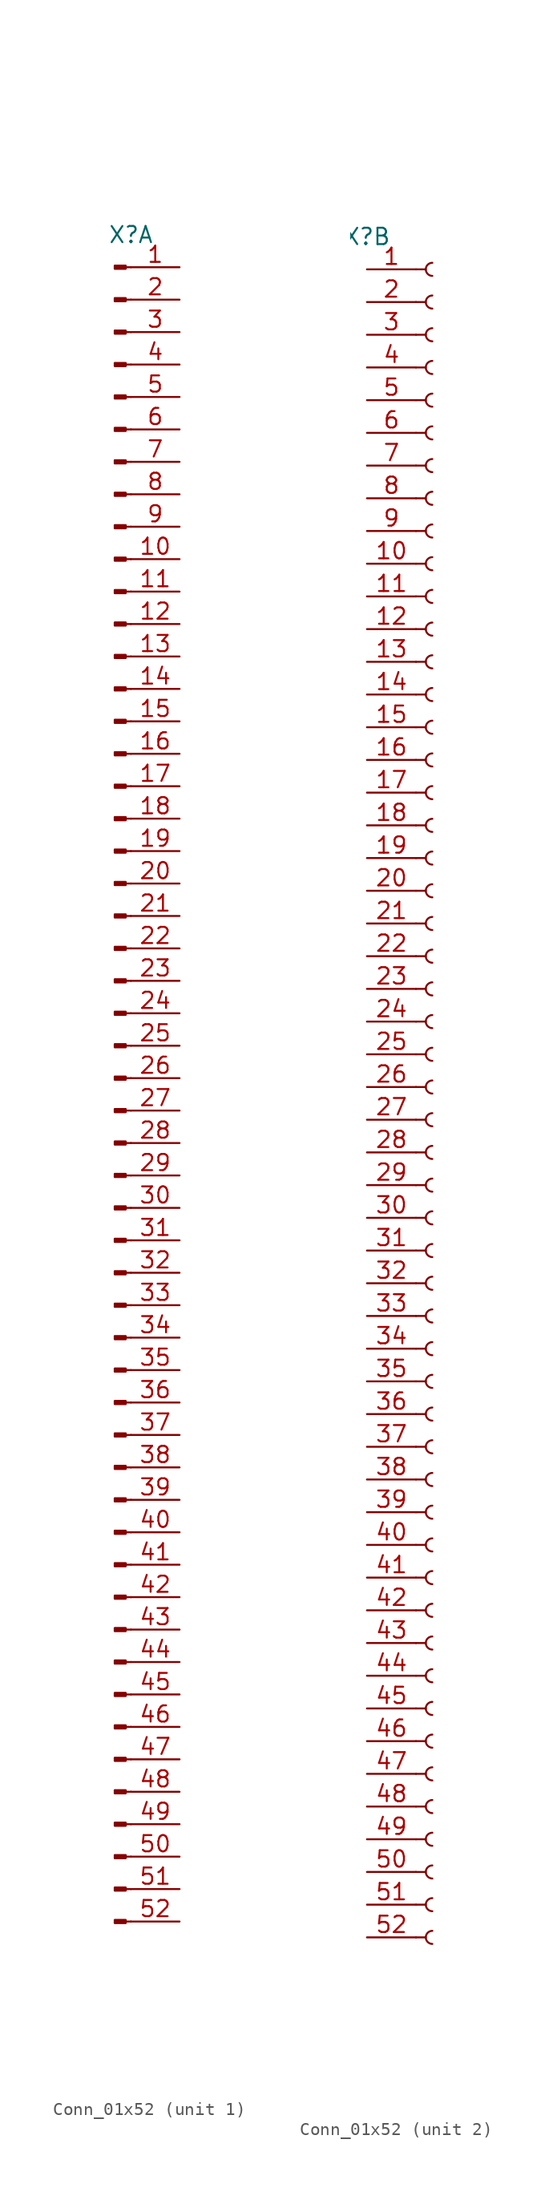
<source format=kicad_sym>
(kicad_symbol_lib
  (version 20241209)
  (generator "kicad_symbol_editor")
  (generator_version "9.0")
  (symbol "Conn_01x52"
    (pin_names
      (offset 1.016)
      (hide yes))
    (property "Reference" "X"
      (at 0 66.04 0)
      (effects (font (size 1.27 1.27))))
    (property "ki_locked" ""
      (at 0 0 0)
      (effects (font (size 1.27 1.27))))
    (symbol "Conn_01x52_1_1"
      (rectangle (start -0.406 63.627) (end -1.27 63.373) (stroke (width 0.152) (type default)) (fill (type outline)))
      (rectangle (start -0.406 61.087) (end -1.27 60.833) (stroke (width 0.152) (type default)) (fill (type outline)))
      (rectangle (start -0.406 58.547) (end -1.27 58.293) (stroke (width 0.152) (type default)) (fill (type outline)))
      (rectangle (start -0.406 56.007) (end -1.27 55.753) (stroke (width 0.152) (type default)) (fill (type outline)))
      (rectangle (start -0.406 53.467) (end -1.27 53.213) (stroke (width 0.152) (type default)) (fill (type outline)))
      (rectangle (start -0.406 50.927) (end -1.27 50.673) (stroke (width 0.152) (type default)) (fill (type outline)))
      (rectangle (start -0.406 48.387) (end -1.27 48.133) (stroke (width 0.152) (type default)) (fill (type outline)))
      (rectangle (start -0.406 45.847) (end -1.27 45.593) (stroke (width 0.152) (type default)) (fill (type outline)))
      (rectangle (start -0.406 43.307) (end -1.27 43.053) (stroke (width 0.152) (type default)) (fill (type outline)))
      (rectangle (start -0.406 40.767) (end -1.27 40.513) (stroke (width 0.152) (type default)) (fill (type outline)))
      (rectangle (start -0.406 38.227) (end -1.27 37.973) (stroke (width 0.152) (type default)) (fill (type outline)))
      (rectangle (start -0.406 35.687) (end -1.27 35.433) (stroke (width 0.152) (type default)) (fill (type outline)))
      (rectangle (start -0.406 33.147) (end -1.27 32.893) (stroke (width 0.152) (type default)) (fill (type outline)))
      (rectangle (start -0.406 30.607) (end -1.27 30.353) (stroke (width 0.152) (type default)) (fill (type outline)))
      (rectangle (start -0.406 28.067) (end -1.27 27.813) (stroke (width 0.152) (type default)) (fill (type outline)))
      (rectangle (start -0.406 25.527) (end -1.27 25.273) (stroke (width 0.152) (type default)) (fill (type outline)))
      (rectangle (start -0.406 22.987) (end -1.27 22.733) (stroke (width 0.152) (type default)) (fill (type outline)))
      (rectangle (start -0.406 20.447) (end -1.27 20.193) (stroke (width 0.152) (type default)) (fill (type outline)))
      (rectangle (start -0.406 17.907) (end -1.27 17.653) (stroke (width 0.152) (type default)) (fill (type outline)))
      (rectangle (start -0.406 15.367) (end -1.27 15.113) (stroke (width 0.152) (type default)) (fill (type outline)))
      (rectangle (start -0.406 12.827) (end -1.27 12.573) (stroke (width 0.152) (type default)) (fill (type outline)))
      (rectangle (start -0.406 10.287) (end -1.27 10.033) (stroke (width 0.152) (type default)) (fill (type outline)))
      (rectangle (start -0.406 7.747) (end -1.27 7.493) (stroke (width 0.152) (type default)) (fill (type outline)))
      (rectangle (start -0.406 5.207) (end -1.27 4.953) (stroke (width 0.152) (type default)) (fill (type outline)))
      (rectangle (start -0.406 2.667) (end -1.27 2.413) (stroke (width 0.152) (type default)) (fill (type outline)))
      (rectangle (start -0.406 0.127) (end -1.27 -0.127) (stroke (width 0.152) (type default)) (fill (type outline)))
      (rectangle (start -0.406 -2.413) (end -1.27 -2.667) (stroke (width 0.152) (type default)) (fill (type outline)))
      (rectangle (start -0.406 -4.953) (end -1.27 -5.207) (stroke (width 0.152) (type default)) (fill (type outline)))
      (rectangle (start -0.406 -7.493) (end -1.27 -7.747) (stroke (width 0.152) (type default)) (fill (type outline)))
      (rectangle (start -0.406 -10.033) (end -1.27 -10.287) (stroke (width 0.152) (type default)) (fill (type outline)))
      (rectangle (start -0.406 -12.573) (end -1.27 -12.827) (stroke (width 0.152) (type default)) (fill (type outline)))
      (rectangle (start -0.406 -15.113) (end -1.27 -15.367) (stroke (width 0.152) (type default)) (fill (type outline)))
      (rectangle (start -0.406 -17.653) (end -1.27 -17.907) (stroke (width 0.152) (type default)) (fill (type outline)))
      (rectangle (start -0.406 -20.193) (end -1.27 -20.447) (stroke (width 0.152) (type default)) (fill (type outline)))
      (rectangle (start -0.406 -22.733) (end -1.27 -22.987) (stroke (width 0.152) (type default)) (fill (type outline)))
      (rectangle (start -0.406 -25.273) (end -1.27 -25.527) (stroke (width 0.152) (type default)) (fill (type outline)))
      (rectangle (start -0.406 -27.813) (end -1.27 -28.067) (stroke (width 0.152) (type default)) (fill (type outline)))
      (rectangle (start -0.406 -30.353) (end -1.27 -30.607) (stroke (width 0.152) (type default)) (fill (type outline)))
      (rectangle (start -0.406 -32.893) (end -1.27 -33.147) (stroke (width 0.152) (type default)) (fill (type outline)))
      (rectangle (start -0.406 -35.433) (end -1.27 -35.687) (stroke (width 0.152) (type default)) (fill (type outline)))
      (rectangle (start -0.406 -37.973) (end -1.27 -38.227) (stroke (width 0.152) (type default)) (fill (type outline)))
      (rectangle (start -0.406 -40.513) (end -1.27 -40.767) (stroke (width 0.152) (type default)) (fill (type outline)))
      (rectangle (start -0.406 -43.053) (end -1.27 -43.307) (stroke (width 0.152) (type default)) (fill (type outline)))
      (rectangle (start -0.406 -45.593) (end -1.27 -45.847) (stroke (width 0.152) (type default)) (fill (type outline)))
      (rectangle (start -0.406 -48.133) (end -1.27 -48.387) (stroke (width 0.152) (type default)) (fill (type outline)))
      (rectangle (start -0.406 -50.673) (end -1.27 -50.927) (stroke (width 0.152) (type default)) (fill (type outline)))
      (rectangle (start -0.406 -53.213) (end -1.27 -53.467) (stroke (width 0.152) (type default)) (fill (type outline)))
      (rectangle (start -0.406 -55.753) (end -1.27 -56.007) (stroke (width 0.152) (type default)) (fill (type outline)))
      (rectangle (start -0.406 -58.293) (end -1.27 -58.547) (stroke (width 0.152) (type default)) (fill (type outline)))
      (rectangle (start -0.406 -60.833) (end -1.27 -61.087) (stroke (width 0.152) (type default)) (fill (type outline)))
      (rectangle (start -0.406 -63.373) (end -1.27 -63.627) (stroke (width 0.152) (type default)) (fill (type outline)))
      (rectangle (start -0.406 -65.913) (end -1.27 -66.167) (stroke (width 0.152) (type default)) (fill (type outline)))
      (polyline (pts (xy 0 63.5) (xy -0.406 63.5)) (stroke (width 0.152) (type default)) (fill (type none)))
      (polyline (pts (xy 0 60.96) (xy -0.406 60.96)) (stroke (width 0.152) (type default)) (fill (type none)))
      (polyline (pts (xy 0 58.42) (xy -0.406 58.42)) (stroke (width 0.152) (type default)) (fill (type none)))
      (polyline (pts (xy 0 55.88) (xy -0.406 55.88)) (stroke (width 0.152) (type default)) (fill (type none)))
      (polyline (pts (xy 0 53.34) (xy -0.406 53.34)) (stroke (width 0.152) (type default)) (fill (type none)))
      (polyline (pts (xy 0 50.8) (xy -0.406 50.8)) (stroke (width 0.152) (type default)) (fill (type none)))
      (polyline (pts (xy 0 48.26) (xy -0.406 48.26)) (stroke (width 0.152) (type default)) (fill (type none)))
      (polyline (pts (xy 0 45.72) (xy -0.406 45.72)) (stroke (width 0.152) (type default)) (fill (type none)))
      (polyline (pts (xy 0 43.18) (xy -0.406 43.18)) (stroke (width 0.152) (type default)) (fill (type none)))
      (polyline (pts (xy 0 40.64) (xy -0.406 40.64)) (stroke (width 0.152) (type default)) (fill (type none)))
      (polyline (pts (xy 0 38.1) (xy -0.406 38.1)) (stroke (width 0.152) (type default)) (fill (type none)))
      (polyline (pts (xy 0 35.56) (xy -0.406 35.56)) (stroke (width 0.152) (type default)) (fill (type none)))
      (polyline (pts (xy 0 33.02) (xy -0.406 33.02)) (stroke (width 0.152) (type default)) (fill (type none)))
      (polyline (pts (xy 0 30.48) (xy -0.406 30.48)) (stroke (width 0.152) (type default)) (fill (type none)))
      (polyline (pts (xy 0 27.94) (xy -0.406 27.94)) (stroke (width 0.152) (type default)) (fill (type none)))
      (polyline (pts (xy 0 25.4) (xy -0.406 25.4)) (stroke (width 0.152) (type default)) (fill (type none)))
      (polyline (pts (xy 0 22.86) (xy -0.406 22.86)) (stroke (width 0.152) (type default)) (fill (type none)))
      (polyline (pts (xy 0 20.32) (xy -0.406 20.32)) (stroke (width 0.152) (type default)) (fill (type none)))
      (polyline (pts (xy 0 17.78) (xy -0.406 17.78)) (stroke (width 0.152) (type default)) (fill (type none)))
      (polyline (pts (xy 0 15.24) (xy -0.406 15.24)) (stroke (width 0.152) (type default)) (fill (type none)))
      (polyline (pts (xy 0 12.7) (xy -0.406 12.7)) (stroke (width 0.152) (type default)) (fill (type none)))
      (polyline (pts (xy 0 10.16) (xy -0.406 10.16)) (stroke (width 0.152) (type default)) (fill (type none)))
      (polyline (pts (xy 0 7.62) (xy -0.406 7.62)) (stroke (width 0.152) (type default)) (fill (type none)))
      (polyline (pts (xy 0 5.08) (xy -0.406 5.08)) (stroke (width 0.152) (type default)) (fill (type none)))
      (polyline (pts (xy 0 2.54) (xy -0.406 2.54)) (stroke (width 0.152) (type default)) (fill (type none)))
      (polyline (pts (xy 0 0) (xy -0.406 0)) (stroke (width 0.152) (type default)) (fill (type none)))
      (polyline (pts (xy 0 -2.54) (xy -0.406 -2.54)) (stroke (width 0.152) (type default)) (fill (type none)))
      (polyline (pts (xy 0 -5.08) (xy -0.406 -5.08)) (stroke (width 0.152) (type default)) (fill (type none)))
      (polyline (pts (xy 0 -7.62) (xy -0.406 -7.62)) (stroke (width 0.152) (type default)) (fill (type none)))
      (polyline (pts (xy 0 -10.16) (xy -0.406 -10.16)) (stroke (width 0.152) (type default)) (fill (type none)))
      (polyline (pts (xy 0 -12.7) (xy -0.406 -12.7)) (stroke (width 0.152) (type default)) (fill (type none)))
      (polyline (pts (xy 0 -15.24) (xy -0.406 -15.24)) (stroke (width 0.152) (type default)) (fill (type none)))
      (polyline (pts (xy 0 -17.78) (xy -0.406 -17.78)) (stroke (width 0.152) (type default)) (fill (type none)))
      (polyline (pts (xy 0 -20.32) (xy -0.406 -20.32)) (stroke (width 0.152) (type default)) (fill (type none)))
      (polyline (pts (xy 0 -22.86) (xy -0.406 -22.86)) (stroke (width 0.152) (type default)) (fill (type none)))
      (polyline (pts (xy 0 -25.4) (xy -0.406 -25.4)) (stroke (width 0.152) (type default)) (fill (type none)))
      (polyline (pts (xy 0 -27.94) (xy -0.406 -27.94)) (stroke (width 0.152) (type default)) (fill (type none)))
      (polyline (pts (xy 0 -30.48) (xy -0.406 -30.48)) (stroke (width 0.152) (type default)) (fill (type none)))
      (polyline (pts (xy 0 -33.02) (xy -0.406 -33.02)) (stroke (width 0.152) (type default)) (fill (type none)))
      (polyline (pts (xy 0 -35.56) (xy -0.406 -35.56)) (stroke (width 0.152) (type default)) (fill (type none)))
      (polyline (pts (xy 0 -38.1) (xy -0.406 -38.1)) (stroke (width 0.152) (type default)) (fill (type none)))
      (polyline (pts (xy 0 -40.64) (xy -0.406 -40.64)) (stroke (width 0.152) (type default)) (fill (type none)))
      (polyline (pts (xy 0 -43.18) (xy -0.406 -43.18)) (stroke (width 0.152) (type default)) (fill (type none)))
      (polyline (pts (xy 0 -45.72) (xy -0.406 -45.72)) (stroke (width 0.152) (type default)) (fill (type none)))
      (polyline (pts (xy 0 -48.26) (xy -0.406 -48.26)) (stroke (width 0.152) (type default)) (fill (type none)))
      (polyline (pts (xy 0 -50.8) (xy -0.406 -50.8)) (stroke (width 0.152) (type default)) (fill (type none)))
      (polyline (pts (xy 0 -53.34) (xy -0.406 -53.34)) (stroke (width 0.152) (type default)) (fill (type none)))
      (polyline (pts (xy 0 -55.88) (xy -0.406 -55.88)) (stroke (width 0.152) (type default)) (fill (type none)))
      (polyline (pts (xy 0 -58.42) (xy -0.406 -58.42)) (stroke (width 0.152) (type default)) (fill (type none)))
      (polyline (pts (xy 0 -60.96) (xy -0.406 -60.96)) (stroke (width 0.152) (type default)) (fill (type none)))
      (polyline (pts (xy 0 -63.5) (xy -0.406 -63.5)) (stroke (width 0.152) (type default)) (fill (type none)))
      (polyline (pts (xy 0 -66.04) (xy -0.406 -66.04)) (stroke (width 0.152) (type default)) (fill (type none)))
      (pin passive line (at 3.81 63.5 180) (length 3.81) (name "Pin_1" (effects (font (size 1.27 1.27)))) (number "1" (effects (font (size 1.27 1.27)))))
      (pin passive line (at 3.81 60.96 180) (length 3.81) (name "Pin_2" (effects (font (size 1.27 1.27)))) (number "2" (effects (font (size 1.27 1.27)))))
      (pin passive line (at 3.81 58.42 180) (length 3.81) (name "Pin_3" (effects (font (size 1.27 1.27)))) (number "3" (effects (font (size 1.27 1.27)))))
      (pin passive line (at 3.81 55.88 180) (length 3.81) (name "Pin_4" (effects (font (size 1.27 1.27)))) (number "4" (effects (font (size 1.27 1.27)))))
      (pin passive line (at 3.81 53.34 180) (length 3.81) (name "Pin_5" (effects (font (size 1.27 1.27)))) (number "5" (effects (font (size 1.27 1.27)))))
      (pin passive line (at 3.81 50.8 180) (length 3.81) (name "Pin_6" (effects (font (size 1.27 1.27)))) (number "6" (effects (font (size 1.27 1.27)))))
      (pin passive line (at 3.81 48.26 180) (length 3.81) (name "Pin_7" (effects (font (size 1.27 1.27)))) (number "7" (effects (font (size 1.27 1.27)))))
      (pin passive line (at 3.81 45.72 180) (length 3.81) (name "Pin_8" (effects (font (size 1.27 1.27)))) (number "8" (effects (font (size 1.27 1.27)))))
      (pin passive line (at 3.81 43.18 180) (length 3.81) (name "Pin_9" (effects (font (size 1.27 1.27)))) (number "9" (effects (font (size 1.27 1.27)))))
      (pin passive line (at 3.81 40.64 180) (length 3.81) (name "Pin_10" (effects (font (size 1.27 1.27)))) (number "10" (effects (font (size 1.27 1.27)))))
      (pin passive line (at 3.81 38.1 180) (length 3.81) (name "Pin_11" (effects (font (size 1.27 1.27)))) (number "11" (effects (font (size 1.27 1.27)))))
      (pin passive line (at 3.81 35.56 180) (length 3.81) (name "Pin_12" (effects (font (size 1.27 1.27)))) (number "12" (effects (font (size 1.27 1.27)))))
      (pin passive line (at 3.81 33.02 180) (length 3.81) (name "Pin_13" (effects (font (size 1.27 1.27)))) (number "13" (effects (font (size 1.27 1.27)))))
      (pin passive line (at 3.81 30.48 180) (length 3.81) (name "Pin_14" (effects (font (size 1.27 1.27)))) (number "14" (effects (font (size 1.27 1.27)))))
      (pin passive line (at 3.81 27.94 180) (length 3.81) (name "Pin_15" (effects (font (size 1.27 1.27)))) (number "15" (effects (font (size 1.27 1.27)))))
      (pin passive line (at 3.81 25.4 180) (length 3.81) (name "Pin_16" (effects (font (size 1.27 1.27)))) (number "16" (effects (font (size 1.27 1.27)))))
      (pin passive line (at 3.81 22.86 180) (length 3.81) (name "Pin_17" (effects (font (size 1.27 1.27)))) (number "17" (effects (font (size 1.27 1.27)))))
      (pin passive line (at 3.81 20.32 180) (length 3.81) (name "Pin_18" (effects (font (size 1.27 1.27)))) (number "18" (effects (font (size 1.27 1.27)))))
      (pin passive line (at 3.81 17.78 180) (length 3.81) (name "Pin_19" (effects (font (size 1.27 1.27)))) (number "19" (effects (font (size 1.27 1.27)))))
      (pin passive line (at 3.81 15.24 180) (length 3.81) (name "Pin_20" (effects (font (size 1.27 1.27)))) (number "20" (effects (font (size 1.27 1.27)))))
      (pin passive line (at 3.81 12.7 180) (length 3.81) (name "Pin_21" (effects (font (size 1.27 1.27)))) (number "21" (effects (font (size 1.27 1.27)))))
      (pin passive line (at 3.81 10.16 180) (length 3.81) (name "Pin_22" (effects (font (size 1.27 1.27)))) (number "22" (effects (font (size 1.27 1.27)))))
      (pin passive line (at 3.81 7.62 180) (length 3.81) (name "Pin_23" (effects (font (size 1.27 1.27)))) (number "23" (effects (font (size 1.27 1.27)))))
      (pin passive line (at 3.81 5.08 180) (length 3.81) (name "Pin_24" (effects (font (size 1.27 1.27)))) (number "24" (effects (font (size 1.27 1.27)))))
      (pin passive line (at 3.81 2.54 180) (length 3.81) (name "Pin_25" (effects (font (size 1.27 1.27)))) (number "25" (effects (font (size 1.27 1.27)))))
      (pin passive line (at 3.81 0 180) (length 3.81) (name "Pin_26" (effects (font (size 1.27 1.27)))) (number "26" (effects (font (size 1.27 1.27)))))
      (pin passive line (at 3.81 -2.54 180) (length 3.81) (name "Pin_27" (effects (font (size 1.27 1.27)))) (number "27" (effects (font (size 1.27 1.27)))))
      (pin passive line (at 3.81 -5.08 180) (length 3.81) (name "Pin_28" (effects (font (size 1.27 1.27)))) (number "28" (effects (font (size 1.27 1.27)))))
      (pin passive line (at 3.81 -7.62 180) (length 3.81) (name "Pin_29" (effects (font (size 1.27 1.27)))) (number "29" (effects (font (size 1.27 1.27)))))
      (pin passive line (at 3.81 -10.16 180) (length 3.81) (name "Pin_30" (effects (font (size 1.27 1.27)))) (number "30" (effects (font (size 1.27 1.27)))))
      (pin passive line (at 3.81 -12.7 180) (length 3.81) (name "Pin_31" (effects (font (size 1.27 1.27)))) (number "31" (effects (font (size 1.27 1.27)))))
      (pin passive line (at 3.81 -15.24 180) (length 3.81) (name "Pin_32" (effects (font (size 1.27 1.27)))) (number "32" (effects (font (size 1.27 1.27)))))
      (pin passive line (at 3.81 -17.78 180) (length 3.81) (name "Pin_33" (effects (font (size 1.27 1.27)))) (number "33" (effects (font (size 1.27 1.27)))))
      (pin passive line (at 3.81 -20.32 180) (length 3.81) (name "Pin_34" (effects (font (size 1.27 1.27)))) (number "34" (effects (font (size 1.27 1.27)))))
      (pin passive line (at 3.81 -22.86 180) (length 3.81) (name "Pin_35" (effects (font (size 1.27 1.27)))) (number "35" (effects (font (size 1.27 1.27)))))
      (pin passive line (at 3.81 -25.4 180) (length 3.81) (name "Pin_36" (effects (font (size 1.27 1.27)))) (number "36" (effects (font (size 1.27 1.27)))))
      (pin passive line (at 3.81 -27.94 180) (length 3.81) (name "Pin_37" (effects (font (size 1.27 1.27)))) (number "37" (effects (font (size 1.27 1.27)))))
      (pin passive line (at 3.81 -30.48 180) (length 3.81) (name "Pin_38" (effects (font (size 1.27 1.27)))) (number "38" (effects (font (size 1.27 1.27)))))
      (pin passive line (at 3.81 -33.02 180) (length 3.81) (name "Pin_39" (effects (font (size 1.27 1.27)))) (number "39" (effects (font (size 1.27 1.27)))))
      (pin passive line (at 3.81 -35.56 180) (length 3.81) (name "Pin_40" (effects (font (size 1.27 1.27)))) (number "40" (effects (font (size 1.27 1.27)))))
      (pin passive line (at 3.81 -38.1 180) (length 3.81) (name "Pin_41" (effects (font (size 1.27 1.27)))) (number "41" (effects (font (size 1.27 1.27)))))
      (pin passive line (at 3.81 -40.64 180) (length 3.81) (name "Pin_42" (effects (font (size 1.27 1.27)))) (number "42" (effects (font (size 1.27 1.27)))))
      (pin passive line (at 3.81 -43.18 180) (length 3.81) (name "Pin_43" (effects (font (size 1.27 1.27)))) (number "43" (effects (font (size 1.27 1.27)))))
      (pin passive line (at 3.81 -45.72 180) (length 3.81) (name "Pin_44" (effects (font (size 1.27 1.27)))) (number "44" (effects (font (size 1.27 1.27)))))
      (pin passive line (at 3.81 -48.26 180) (length 3.81) (name "Pin_45" (effects (font (size 1.27 1.27)))) (number "45" (effects (font (size 1.27 1.27)))))
      (pin passive line (at 3.81 -50.8 180) (length 3.81) (name "Pin_46" (effects (font (size 1.27 1.27)))) (number "46" (effects (font (size 1.27 1.27)))))
      (pin passive line (at 3.81 -53.34 180) (length 3.81) (name "Pin_47" (effects (font (size 1.27 1.27)))) (number "47" (effects (font (size 1.27 1.27)))))
      (pin passive line (at 3.81 -55.88 180) (length 3.81) (name "Pin_48" (effects (font (size 1.27 1.27)))) (number "48" (effects (font (size 1.27 1.27)))))
      (pin passive line (at 3.81 -58.42 180) (length 3.81) (name "Pin_49" (effects (font (size 1.27 1.27)))) (number "49" (effects (font (size 1.27 1.27)))))
      (pin passive line (at 3.81 -60.96 180) (length 3.81) (name "Pin_50" (effects (font (size 1.27 1.27)))) (number "50" (effects (font (size 1.27 1.27)))))
      (pin passive line (at 3.81 -63.5 180) (length 3.81) (name "Pin_51" (effects (font (size 1.27 1.27)))) (number "51" (effects (font (size 1.27 1.27)))))
      (pin passive line (at 3.81 -66.04 180) (length 3.81) (name "Pin_52" (effects (font (size 1.27 1.27)))) (number "52" (effects (font (size 1.27 1.27))))))
    (symbol "Conn_01x52_2_1"
      (polyline (pts (xy 3.81 63.5) (xy 4.572 63.5)) (stroke (width 0.152) (type default)) (fill (type none)))
      (polyline (pts (xy 3.81 60.96) (xy 4.572 60.96)) (stroke (width 0.152) (type default)) (fill (type none)))
      (polyline (pts (xy 3.81 58.42) (xy 4.572 58.42)) (stroke (width 0.152) (type default)) (fill (type none)))
      (polyline (pts (xy 3.81 55.88) (xy 4.572 55.88)) (stroke (width 0.152) (type default)) (fill (type none)))
      (polyline (pts (xy 3.81 53.34) (xy 4.572 53.34)) (stroke (width 0.152) (type default)) (fill (type none)))
      (polyline (pts (xy 3.81 50.8) (xy 4.572 50.8)) (stroke (width 0.152) (type default)) (fill (type none)))
      (polyline (pts (xy 3.81 48.26) (xy 4.572 48.26)) (stroke (width 0.152) (type default)) (fill (type none)))
      (polyline (pts (xy 3.81 45.72) (xy 4.572 45.72)) (stroke (width 0.152) (type default)) (fill (type none)))
      (polyline (pts (xy 3.81 43.18) (xy 4.572 43.18)) (stroke (width 0.152) (type default)) (fill (type none)))
      (polyline (pts (xy 3.81 40.64) (xy 4.572 40.64)) (stroke (width 0.152) (type default)) (fill (type none)))
      (polyline (pts (xy 3.81 38.1) (xy 4.572 38.1)) (stroke (width 0.152) (type default)) (fill (type none)))
      (polyline (pts (xy 3.81 35.56) (xy 4.572 35.56)) (stroke (width 0.152) (type default)) (fill (type none)))
      (polyline (pts (xy 3.81 33.02) (xy 4.572 33.02)) (stroke (width 0.152) (type default)) (fill (type none)))
      (polyline (pts (xy 3.81 30.48) (xy 4.572 30.48)) (stroke (width 0.152) (type default)) (fill (type none)))
      (polyline (pts (xy 3.81 27.94) (xy 4.572 27.94)) (stroke (width 0.152) (type default)) (fill (type none)))
      (polyline (pts (xy 3.81 25.4) (xy 4.572 25.4)) (stroke (width 0.152) (type default)) (fill (type none)))
      (polyline (pts (xy 3.81 22.86) (xy 4.572 22.86)) (stroke (width 0.152) (type default)) (fill (type none)))
      (polyline (pts (xy 3.81 20.32) (xy 4.572 20.32)) (stroke (width 0.152) (type default)) (fill (type none)))
      (polyline (pts (xy 3.81 17.78) (xy 4.572 17.78)) (stroke (width 0.152) (type default)) (fill (type none)))
      (polyline (pts (xy 3.81 15.24) (xy 4.572 15.24)) (stroke (width 0.152) (type default)) (fill (type none)))
      (polyline (pts (xy 3.81 12.7) (xy 4.572 12.7)) (stroke (width 0.152) (type default)) (fill (type none)))
      (polyline (pts (xy 3.81 10.16) (xy 4.572 10.16)) (stroke (width 0.152) (type default)) (fill (type none)))
      (polyline (pts (xy 3.81 7.62) (xy 4.572 7.62)) (stroke (width 0.152) (type default)) (fill (type none)))
      (polyline (pts (xy 3.81 5.08) (xy 4.572 5.08)) (stroke (width 0.152) (type default)) (fill (type none)))
      (polyline (pts (xy 3.81 2.54) (xy 4.572 2.54)) (stroke (width 0.152) (type default)) (fill (type none)))
      (polyline (pts (xy 3.81 0) (xy 4.572 0)) (stroke (width 0.152) (type default)) (fill (type none)))
      (polyline (pts (xy 3.81 -2.54) (xy 4.572 -2.54)) (stroke (width 0.152) (type default)) (fill (type none)))
      (polyline (pts (xy 3.81 -5.08) (xy 4.572 -5.08)) (stroke (width 0.152) (type default)) (fill (type none)))
      (polyline (pts (xy 3.81 -7.62) (xy 4.572 -7.62)) (stroke (width 0.152) (type default)) (fill (type none)))
      (polyline (pts (xy 3.81 -10.16) (xy 4.572 -10.16)) (stroke (width 0.152) (type default)) (fill (type none)))
      (polyline (pts (xy 3.81 -12.7) (xy 4.572 -12.7)) (stroke (width 0.152) (type default)) (fill (type none)))
      (polyline (pts (xy 3.81 -15.24) (xy 4.572 -15.24)) (stroke (width 0.152) (type default)) (fill (type none)))
      (polyline (pts (xy 3.81 -17.78) (xy 4.572 -17.78)) (stroke (width 0.152) (type default)) (fill (type none)))
      (polyline (pts (xy 3.81 -20.32) (xy 4.572 -20.32)) (stroke (width 0.152) (type default)) (fill (type none)))
      (polyline (pts (xy 3.81 -22.86) (xy 4.572 -22.86)) (stroke (width 0.152) (type default)) (fill (type none)))
      (polyline (pts (xy 3.81 -25.4) (xy 4.572 -25.4)) (stroke (width 0.152) (type default)) (fill (type none)))
      (polyline (pts (xy 3.81 -27.94) (xy 4.572 -27.94)) (stroke (width 0.152) (type default)) (fill (type none)))
      (polyline (pts (xy 3.81 -30.48) (xy 4.572 -30.48)) (stroke (width 0.152) (type default)) (fill (type none)))
      (polyline (pts (xy 3.81 -33.02) (xy 4.572 -33.02)) (stroke (width 0.152) (type default)) (fill (type none)))
      (polyline (pts (xy 3.81 -35.56) (xy 4.572 -35.56)) (stroke (width 0.152) (type default)) (fill (type none)))
      (polyline (pts (xy 3.81 -38.1) (xy 4.572 -38.1)) (stroke (width 0.152) (type default)) (fill (type none)))
      (polyline (pts (xy 3.81 -40.64) (xy 4.572 -40.64)) (stroke (width 0.152) (type default)) (fill (type none)))
      (polyline (pts (xy 3.81 -43.18) (xy 4.572 -43.18)) (stroke (width 0.152) (type default)) (fill (type none)))
      (polyline (pts (xy 3.81 -45.72) (xy 4.572 -45.72)) (stroke (width 0.152) (type default)) (fill (type none)))
      (polyline (pts (xy 3.81 -48.26) (xy 4.572 -48.26)) (stroke (width 0.152) (type default)) (fill (type none)))
      (polyline (pts (xy 3.81 -50.8) (xy 4.572 -50.8)) (stroke (width 0.152) (type default)) (fill (type none)))
      (polyline (pts (xy 3.81 -53.34) (xy 4.572 -53.34)) (stroke (width 0.152) (type default)) (fill (type none)))
      (polyline (pts (xy 3.81 -55.88) (xy 4.572 -55.88)) (stroke (width 0.152) (type default)) (fill (type none)))
      (polyline (pts (xy 3.81 -58.42) (xy 4.572 -58.42)) (stroke (width 0.152) (type default)) (fill (type none)))
      (polyline (pts (xy 3.81 -60.96) (xy 4.572 -60.96)) (stroke (width 0.152) (type default)) (fill (type none)))
      (polyline (pts (xy 3.81 -63.5) (xy 4.572 -63.5)) (stroke (width 0.152) (type default)) (fill (type none)))
      (polyline (pts (xy 3.81 -66.04) (xy 4.572 -66.04)) (stroke (width 0.152) (type default)) (fill (type none)))
      (arc (start 5.08 62.992) (mid 4.5742 63.5) (end 5.08 64.008) (stroke (width 0.1524) (type default)) (fill (type none)))
      (arc (start 5.08 60.452) (mid 4.5742 60.96) (end 5.08 61.468) (stroke (width 0.1524) (type default)) (fill (type none)))
      (arc (start 5.08 57.912) (mid 4.5742 58.42) (end 5.08 58.928) (stroke (width 0.1524) (type default)) (fill (type none)))
      (arc (start 5.08 55.372) (mid 4.5742 55.88) (end 5.08 56.388) (stroke (width 0.1524) (type default)) (fill (type none)))
      (arc (start 5.08 52.832) (mid 4.5742 53.34) (end 5.08 53.848) (stroke (width 0.1524) (type default)) (fill (type none)))
      (arc (start 5.08 50.292) (mid 4.5742 50.8) (end 5.08 51.308) (stroke (width 0.1524) (type default)) (fill (type none)))
      (arc (start 5.08 47.752) (mid 4.5742 48.26) (end 5.08 48.768) (stroke (width 0.1524) (type default)) (fill (type none)))
      (arc (start 5.08 45.212) (mid 4.5742 45.72) (end 5.08 46.228) (stroke (width 0.1524) (type default)) (fill (type none)))
      (arc (start 5.08 42.672) (mid 4.5742 43.18) (end 5.08 43.688) (stroke (width 0.1524) (type default)) (fill (type none)))
      (arc (start 5.08 40.132) (mid 4.5742 40.64) (end 5.08 41.148) (stroke (width 0.1524) (type default)) (fill (type none)))
      (arc (start 5.08 37.592) (mid 4.5742 38.1) (end 5.08 38.608) (stroke (width 0.1524) (type default)) (fill (type none)))
      (arc (start 5.08 35.052) (mid 4.5742 35.56) (end 5.08 36.068) (stroke (width 0.1524) (type default)) (fill (type none)))
      (arc (start 5.08 32.512) (mid 4.5742 33.02) (end 5.08 33.528) (stroke (width 0.1524) (type default)) (fill (type none)))
      (arc (start 5.08 29.972) (mid 4.5742 30.48) (end 5.08 30.988) (stroke (width 0.1524) (type default)) (fill (type none)))
      (arc (start 5.08 27.432) (mid 4.5742 27.94) (end 5.08 28.448) (stroke (width 0.1524) (type default)) (fill (type none)))
      (arc (start 5.08 24.892) (mid 4.5742 25.4) (end 5.08 25.908) (stroke (width 0.1524) (type default)) (fill (type none)))
      (arc (start 5.08 22.352) (mid 4.5742 22.86) (end 5.08 23.368) (stroke (width 0.1524) (type default)) (fill (type none)))
      (arc (start 5.08 19.812) (mid 4.5742 20.32) (end 5.08 20.828) (stroke (width 0.1524) (type default)) (fill (type none)))
      (arc (start 5.08 17.272) (mid 4.5742 17.78) (end 5.08 18.288) (stroke (width 0.1524) (type default)) (fill (type none)))
      (arc (start 5.08 14.732) (mid 4.5742 15.24) (end 5.08 15.748) (stroke (width 0.1524) (type default)) (fill (type none)))
      (arc (start 5.08 12.192) (mid 4.5742 12.7) (end 5.08 13.208) (stroke (width 0.1524) (type default)) (fill (type none)))
      (arc (start 5.08 9.652) (mid 4.5742 10.16) (end 5.08 10.668) (stroke (width 0.1524) (type default)) (fill (type none)))
      (arc (start 5.08 7.112) (mid 4.5742 7.62) (end 5.08 8.128) (stroke (width 0.1524) (type default)) (fill (type none)))
      (arc (start 5.08 4.572) (mid 4.5742 5.08) (end 5.08 5.588) (stroke (width 0.1524) (type default)) (fill (type none)))
      (arc (start 5.08 2.032) (mid 4.5742 2.54) (end 5.08 3.048) (stroke (width 0.1524) (type default)) (fill (type none)))
      (arc (start 5.08 -0.508) (mid 4.5742 0) (end 5.08 0.508) (stroke (width 0.1524) (type default)) (fill (type none)))
      (arc (start 5.08 -3.048) (mid 4.5742 -2.54) (end 5.08 -2.032) (stroke (width 0.1524) (type default)) (fill (type none)))
      (arc (start 5.08 -5.588) (mid 4.5742 -5.08) (end 5.08 -4.572) (stroke (width 0.1524) (type default)) (fill (type none)))
      (arc (start 5.08 -8.128) (mid 4.5742 -7.62) (end 5.08 -7.112) (stroke (width 0.1524) (type default)) (fill (type none)))
      (arc (start 5.08 -10.668) (mid 4.5742 -10.16) (end 5.08 -9.652) (stroke (width 0.1524) (type default)) (fill (type none)))
      (arc (start 5.08 -13.208) (mid 4.5742 -12.7) (end 5.08 -12.192) (stroke (width 0.1524) (type default)) (fill (type none)))
      (arc (start 5.08 -15.748) (mid 4.5742 -15.24) (end 5.08 -14.732) (stroke (width 0.1524) (type default)) (fill (type none)))
      (arc (start 5.08 -18.288) (mid 4.5742 -17.78) (end 5.08 -17.272) (stroke (width 0.1524) (type default)) (fill (type none)))
      (arc (start 5.08 -20.828) (mid 4.5742 -20.32) (end 5.08 -19.812) (stroke (width 0.1524) (type default)) (fill (type none)))
      (arc (start 5.08 -23.368) (mid 4.5742 -22.86) (end 5.08 -22.352) (stroke (width 0.1524) (type default)) (fill (type none)))
      (arc (start 5.08 -25.908) (mid 4.5742 -25.4) (end 5.08 -24.892) (stroke (width 0.1524) (type default)) (fill (type none)))
      (arc (start 5.08 -28.448) (mid 4.5742 -27.94) (end 5.08 -27.432) (stroke (width 0.1524) (type default)) (fill (type none)))
      (arc (start 5.08 -30.988) (mid 4.5742 -30.48) (end 5.08 -29.972) (stroke (width 0.1524) (type default)) (fill (type none)))
      (arc (start 5.08 -33.528) (mid 4.5742 -33.02) (end 5.08 -32.512) (stroke (width 0.1524) (type default)) (fill (type none)))
      (arc (start 5.08 -36.068) (mid 4.5742 -35.56) (end 5.08 -35.052) (stroke (width 0.1524) (type default)) (fill (type none)))
      (arc (start 5.08 -38.608) (mid 4.5742 -38.1) (end 5.08 -37.592) (stroke (width 0.1524) (type default)) (fill (type none)))
      (arc (start 5.08 -41.148) (mid 4.5742 -40.64) (end 5.08 -40.132) (stroke (width 0.1524) (type default)) (fill (type none)))
      (arc (start 5.08 -43.688) (mid 4.5742 -43.18) (end 5.08 -42.672) (stroke (width 0.1524) (type default)) (fill (type none)))
      (arc (start 5.08 -46.228) (mid 4.5742 -45.72) (end 5.08 -45.212) (stroke (width 0.1524) (type default)) (fill (type none)))
      (arc (start 5.08 -48.768) (mid 4.5742 -48.26) (end 5.08 -47.752) (stroke (width 0.1524) (type default)) (fill (type none)))
      (arc (start 5.08 -51.308) (mid 4.5742 -50.8) (end 5.08 -50.292) (stroke (width 0.1524) (type default)) (fill (type none)))
      (arc (start 5.08 -53.848) (mid 4.5742 -53.34) (end 5.08 -52.832) (stroke (width 0.1524) (type default)) (fill (type none)))
      (arc (start 5.08 -56.388) (mid 4.5742 -55.88) (end 5.08 -55.372) (stroke (width 0.1524) (type default)) (fill (type none)))
      (arc (start 5.08 -58.928) (mid 4.5742 -58.42) (end 5.08 -57.912) (stroke (width 0.1524) (type default)) (fill (type none)))
      (arc (start 5.08 -61.468) (mid 4.5742 -60.96) (end 5.08 -60.452) (stroke (width 0.1524) (type default)) (fill (type none)))
      (arc (start 5.08 -64.008) (mid 4.5742 -63.5) (end 5.08 -62.992) (stroke (width 0.1524) (type default)) (fill (type none)))
      (arc (start 5.08 -66.548) (mid 4.5742 -66.04) (end 5.08 -65.532) (stroke (width 0.1524) (type default)) (fill (type none)))
      (pin passive line (at 0 63.5 0) (length 3.81) (name "Pin_1" (effects (font (size 1.27 1.27)))) (number "1" (effects (font (size 1.27 1.27)))))
      (pin passive line (at 0 60.96 0) (length 3.81) (name "Pin_2" (effects (font (size 1.27 1.27)))) (number "2" (effects (font (size 1.27 1.27)))))
      (pin passive line (at 0 58.42 0) (length 3.81) (name "Pin_3" (effects (font (size 1.27 1.27)))) (number "3" (effects (font (size 1.27 1.27)))))
      (pin passive line (at 0 55.88 0) (length 3.81) (name "Pin_4" (effects (font (size 1.27 1.27)))) (number "4" (effects (font (size 1.27 1.27)))))
      (pin passive line (at 0 53.34 0) (length 3.81) (name "Pin_5" (effects (font (size 1.27 1.27)))) (number "5" (effects (font (size 1.27 1.27)))))
      (pin passive line (at 0 50.8 0) (length 3.81) (name "Pin_6" (effects (font (size 1.27 1.27)))) (number "6" (effects (font (size 1.27 1.27)))))
      (pin passive line (at 0 48.26 0) (length 3.81) (name "Pin_7" (effects (font (size 1.27 1.27)))) (number "7" (effects (font (size 1.27 1.27)))))
      (pin passive line (at 0 45.72 0) (length 3.81) (name "Pin_8" (effects (font (size 1.27 1.27)))) (number "8" (effects (font (size 1.27 1.27)))))
      (pin passive line (at 0 43.18 0) (length 3.81) (name "Pin_9" (effects (font (size 1.27 1.27)))) (number "9" (effects (font (size 1.27 1.27)))))
      (pin passive line (at 0 40.64 0) (length 3.81) (name "Pin_10" (effects (font (size 1.27 1.27)))) (number "10" (effects (font (size 1.27 1.27)))))
      (pin passive line (at 0 38.1 0) (length 3.81) (name "Pin_11" (effects (font (size 1.27 1.27)))) (number "11" (effects (font (size 1.27 1.27)))))
      (pin passive line (at 0 35.56 0) (length 3.81) (name "Pin_12" (effects (font (size 1.27 1.27)))) (number "12" (effects (font (size 1.27 1.27)))))
      (pin passive line (at 0 33.02 0) (length 3.81) (name "Pin_13" (effects (font (size 1.27 1.27)))) (number "13" (effects (font (size 1.27 1.27)))))
      (pin passive line (at 0 30.48 0) (length 3.81) (name "Pin_14" (effects (font (size 1.27 1.27)))) (number "14" (effects (font (size 1.27 1.27)))))
      (pin passive line (at 0 27.94 0) (length 3.81) (name "Pin_15" (effects (font (size 1.27 1.27)))) (number "15" (effects (font (size 1.27 1.27)))))
      (pin passive line (at 0 25.4 0) (length 3.81) (name "Pin_16" (effects (font (size 1.27 1.27)))) (number "16" (effects (font (size 1.27 1.27)))))
      (pin passive line (at 0 22.86 0) (length 3.81) (name "Pin_17" (effects (font (size 1.27 1.27)))) (number "17" (effects (font (size 1.27 1.27)))))
      (pin passive line (at 0 20.32 0) (length 3.81) (name "Pin_18" (effects (font (size 1.27 1.27)))) (number "18" (effects (font (size 1.27 1.27)))))
      (pin passive line (at 0 17.78 0) (length 3.81) (name "Pin_19" (effects (font (size 1.27 1.27)))) (number "19" (effects (font (size 1.27 1.27)))))
      (pin passive line (at 0 15.24 0) (length 3.81) (name "Pin_20" (effects (font (size 1.27 1.27)))) (number "20" (effects (font (size 1.27 1.27)))))
      (pin passive line (at 0 12.7 0) (length 3.81) (name "Pin_21" (effects (font (size 1.27 1.27)))) (number "21" (effects (font (size 1.27 1.27)))))
      (pin passive line (at 0 10.16 0) (length 3.81) (name "Pin_22" (effects (font (size 1.27 1.27)))) (number "22" (effects (font (size 1.27 1.27)))))
      (pin passive line (at 0 7.62 0) (length 3.81) (name "Pin_23" (effects (font (size 1.27 1.27)))) (number "23" (effects (font (size 1.27 1.27)))))
      (pin passive line (at 0 5.08 0) (length 3.81) (name "Pin_24" (effects (font (size 1.27 1.27)))) (number "24" (effects (font (size 1.27 1.27)))))
      (pin passive line (at 0 2.54 0) (length 3.81) (name "Pin_25" (effects (font (size 1.27 1.27)))) (number "25" (effects (font (size 1.27 1.27)))))
      (pin passive line (at 0 0 0) (length 3.81) (name "Pin_26" (effects (font (size 1.27 1.27)))) (number "26" (effects (font (size 1.27 1.27)))))
      (pin passive line (at 0 -2.54 0) (length 3.81) (name "Pin_27" (effects (font (size 1.27 1.27)))) (number "27" (effects (font (size 1.27 1.27)))))
      (pin passive line (at 0 -5.08 0) (length 3.81) (name "Pin_28" (effects (font (size 1.27 1.27)))) (number "28" (effects (font (size 1.27 1.27)))))
      (pin passive line (at 0 -7.62 0) (length 3.81) (name "Pin_29" (effects (font (size 1.27 1.27)))) (number "29" (effects (font (size 1.27 1.27)))))
      (pin passive line (at 0 -10.16 0) (length 3.81) (name "Pin_30" (effects (font (size 1.27 1.27)))) (number "30" (effects (font (size 1.27 1.27)))))
      (pin passive line (at 0 -12.7 0) (length 3.81) (name "Pin_31" (effects (font (size 1.27 1.27)))) (number "31" (effects (font (size 1.27 1.27)))))
      (pin passive line (at 0 -15.24 0) (length 3.81) (name "Pin_32" (effects (font (size 1.27 1.27)))) (number "32" (effects (font (size 1.27 1.27)))))
      (pin passive line (at 0 -17.78 0) (length 3.81) (name "Pin_33" (effects (font (size 1.27 1.27)))) (number "33" (effects (font (size 1.27 1.27)))))
      (pin passive line (at 0 -20.32 0) (length 3.81) (name "Pin_34" (effects (font (size 1.27 1.27)))) (number "34" (effects (font (size 1.27 1.27)))))
      (pin passive line (at 0 -22.86 0) (length 3.81) (name "Pin_35" (effects (font (size 1.27 1.27)))) (number "35" (effects (font (size 1.27 1.27)))))
      (pin passive line (at 0 -25.4 0) (length 3.81) (name "Pin_36" (effects (font (size 1.27 1.27)))) (number "36" (effects (font (size 1.27 1.27)))))
      (pin passive line (at 0 -27.94 0) (length 3.81) (name "Pin_37" (effects (font (size 1.27 1.27)))) (number "37" (effects (font (size 1.27 1.27)))))
      (pin passive line (at 0 -30.48 0) (length 3.81) (name "Pin_38" (effects (font (size 1.27 1.27)))) (number "38" (effects (font (size 1.27 1.27)))))
      (pin passive line (at 0 -33.02 0) (length 3.81) (name "Pin_39" (effects (font (size 1.27 1.27)))) (number "39" (effects (font (size 1.27 1.27)))))
      (pin passive line (at 0 -35.56 0) (length 3.81) (name "Pin_40" (effects (font (size 1.27 1.27)))) (number "40" (effects (font (size 1.27 1.27)))))
      (pin passive line (at 0 -38.1 0) (length 3.81) (name "Pin_41" (effects (font (size 1.27 1.27)))) (number "41" (effects (font (size 1.27 1.27)))))
      (pin passive line (at 0 -40.64 0) (length 3.81) (name "Pin_42" (effects (font (size 1.27 1.27)))) (number "42" (effects (font (size 1.27 1.27)))))
      (pin passive line (at 0 -43.18 0) (length 3.81) (name "Pin_43" (effects (font (size 1.27 1.27)))) (number "43" (effects (font (size 1.27 1.27)))))
      (pin passive line (at 0 -45.72 0) (length 3.81) (name "Pin_44" (effects (font (size 1.27 1.27)))) (number "44" (effects (font (size 1.27 1.27)))))
      (pin passive line (at 0 -48.26 0) (length 3.81) (name "Pin_45" (effects (font (size 1.27 1.27)))) (number "45" (effects (font (size 1.27 1.27)))))
      (pin passive line (at 0 -50.8 0) (length 3.81) (name "Pin_46" (effects (font (size 1.27 1.27)))) (number "46" (effects (font (size 1.27 1.27)))))
      (pin passive line (at 0 -53.34 0) (length 3.81) (name "Pin_47" (effects (font (size 1.27 1.27)))) (number "47" (effects (font (size 1.27 1.27)))))
      (pin passive line (at 0 -55.88 0) (length 3.81) (name "Pin_48" (effects (font (size 1.27 1.27)))) (number "48" (effects (font (size 1.27 1.27)))))
      (pin passive line (at 0 -58.42 0) (length 3.81) (name "Pin_49" (effects (font (size 1.27 1.27)))) (number "49" (effects (font (size 1.27 1.27)))))
      (pin passive line (at 0 -60.96 0) (length 3.81) (name "Pin_50" (effects (font (size 1.27 1.27)))) (number "50" (effects (font (size 1.27 1.27)))))
      (pin passive line (at 0 -63.5 0) (length 3.81) (name "Pin_51" (effects (font (size 1.27 1.27)))) (number "51" (effects (font (size 1.27 1.27)))))
      (pin passive line (at 0 -66.04 0) (length 3.81) (name "Pin_52" (effects (font (size 1.27 1.27)))) (number "52" (effects (font (size 1.27 1.27))))))))
</source>
